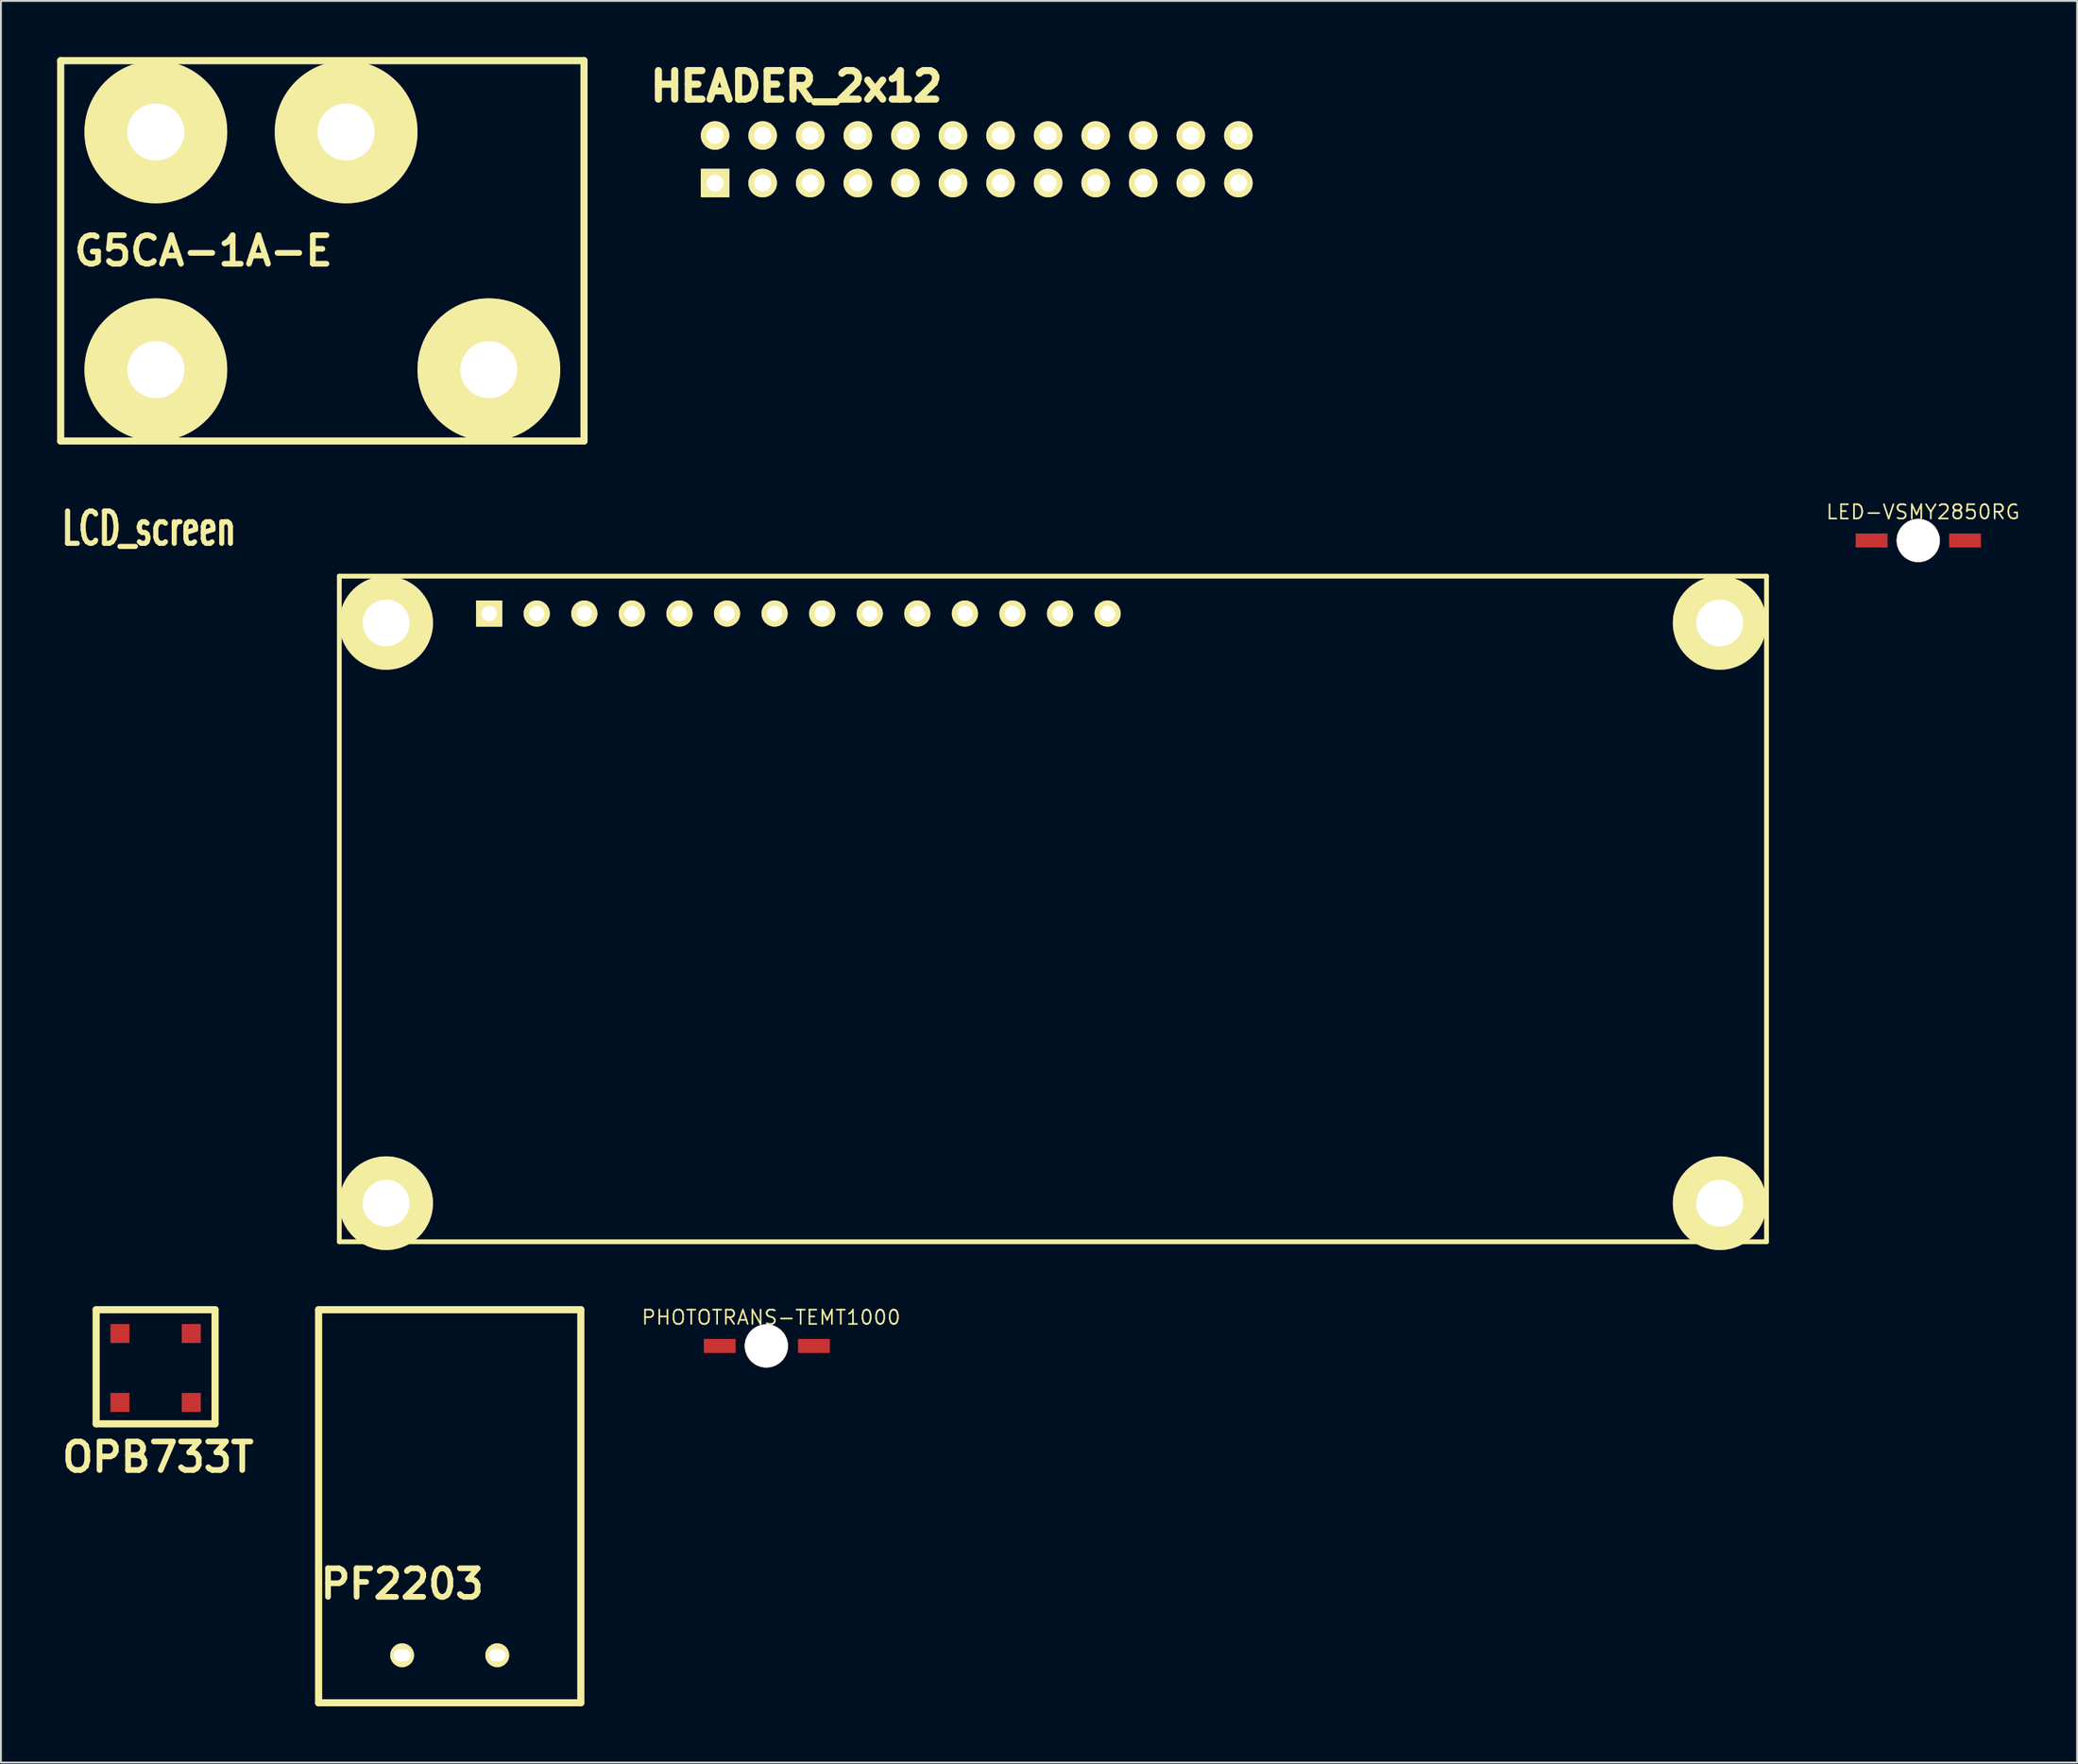
<source format=kicad_pcb>
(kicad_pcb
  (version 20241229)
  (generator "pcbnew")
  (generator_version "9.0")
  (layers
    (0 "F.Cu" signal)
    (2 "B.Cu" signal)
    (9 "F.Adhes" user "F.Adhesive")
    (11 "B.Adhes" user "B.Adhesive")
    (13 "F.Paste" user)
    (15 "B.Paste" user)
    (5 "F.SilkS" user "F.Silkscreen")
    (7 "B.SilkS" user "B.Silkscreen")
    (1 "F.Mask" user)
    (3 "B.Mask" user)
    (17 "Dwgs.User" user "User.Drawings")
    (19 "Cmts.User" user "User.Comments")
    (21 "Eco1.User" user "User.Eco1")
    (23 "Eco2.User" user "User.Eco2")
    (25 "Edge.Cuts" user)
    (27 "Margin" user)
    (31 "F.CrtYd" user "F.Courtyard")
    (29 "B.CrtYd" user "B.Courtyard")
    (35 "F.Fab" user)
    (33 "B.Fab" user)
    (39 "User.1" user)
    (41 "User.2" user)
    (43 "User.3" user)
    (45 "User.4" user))
  (footprint "HEADER_2x12"
    (layer "F.Cu")
    (at 49.069 5.36)
    (property "Reference" "HEADER_2x12" (at -9.6 -3.8 0) (layer "F.SilkS") (effects (font (size 1.524 1.524) (thickness 0.381))))
    (attr through_hole)
    (pad "1" thru_hole rect (at -13.94 1.37) (size 1.524 1.524) (drill 0.914) (layers "*.Cu" "*.Mask" "F.SilkS"))
    (pad "2" thru_hole circle (at -13.94 -1.17) (size 1.524 1.524) (drill 0.914) (layers "*.Cu" "*.Mask" "F.SilkS"))
    (pad "3" thru_hole circle (at -11.4 1.37) (size 1.524 1.524) (drill 0.914) (layers "*.Cu" "*.Mask" "F.SilkS"))
    (pad "4" thru_hole circle (at -11.4 -1.17) (size 1.524 1.524) (drill 0.914) (layers "*.Cu" "*.Mask" "F.SilkS"))
    (pad "5" thru_hole circle (at -8.86 1.37) (size 1.524 1.524) (drill 0.914) (layers "*.Cu" "*.Mask" "F.SilkS"))
    (pad "6" thru_hole circle (at -8.86 -1.17) (size 1.524 1.524) (drill 0.914) (layers "*.Cu" "*.Mask" "F.SilkS"))
    (pad "7" thru_hole circle (at -6.32 1.37) (size 1.524 1.524) (drill 0.914) (layers "*.Cu" "*.Mask" "F.SilkS"))
    (pad "8" thru_hole circle (at -6.32 -1.17) (size 1.524 1.524) (drill 0.914) (layers "*.Cu" "*.Mask" "F.SilkS"))
    (pad "9" thru_hole circle (at -3.78 1.37) (size 1.524 1.524) (drill 0.914) (layers "*.Cu" "*.Mask" "F.SilkS"))
    (pad "10" thru_hole circle (at -3.78 -1.17) (size 1.524 1.524) (drill 0.914) (layers "*.Cu" "*.Mask" "F.SilkS"))
    (pad "11" thru_hole circle (at -1.24 1.37) (size 1.524 1.524) (drill 0.914) (layers "*.Cu" "*.Mask" "F.SilkS"))
    (pad "12" thru_hole circle (at -1.24 -1.17) (size 1.524 1.524) (drill 0.914) (layers "*.Cu" "*.Mask" "F.SilkS"))
    (pad "13" thru_hole circle (at 1.3 1.37) (size 1.524 1.524) (drill 0.914) (layers "*.Cu" "*.Mask" "F.SilkS"))
    (pad "14" thru_hole circle (at 1.3 -1.17) (size 1.524 1.524) (drill 0.914) (layers "*.Cu" "*.Mask" "F.SilkS"))
    (pad "15" thru_hole circle (at 3.84 1.37) (size 1.524 1.524) (drill 0.914) (layers "*.Cu" "*.Mask" "F.SilkS"))
    (pad "16" thru_hole circle (at 3.84 -1.17) (size 1.524 1.524) (drill 0.914) (layers "*.Cu" "*.Mask" "F.SilkS"))
    (pad "17" thru_hole circle (at 6.38 1.37) (size 1.524 1.524) (drill 0.914) (layers "*.Cu" "*.Mask" "F.SilkS"))
    (pad "18" thru_hole circle (at 6.38 -1.17) (size 1.524 1.524) (drill 0.914) (layers "*.Cu" "*.Mask" "F.SilkS"))
    (pad "19" thru_hole circle (at 8.92 1.37) (size 1.524 1.524) (drill 0.914) (layers "*.Cu" "*.Mask" "F.SilkS"))
    (pad "20" thru_hole circle (at 8.92 -1.17) (size 1.524 1.524) (drill 0.914) (layers "*.Cu" "*.Mask" "F.SilkS"))
    (pad "21" thru_hole circle (at 11.46 1.37) (size 1.524 1.524) (drill 0.914) (layers "*.Cu" "*.Mask" "F.SilkS"))
    (pad "22" thru_hole circle (at 11.46 -1.17) (size 1.524 1.524) (drill 0.914) (layers "*.Cu" "*.Mask" "F.SilkS"))
    (pad "23" thru_hole circle (at 14 1.37) (size 1.524 1.524) (drill 0.914) (layers "*.Cu" "*.Mask" "F.SilkS"))
    (pad "24" thru_hole circle (at 14 -1.17) (size 1.524 1.524) (drill 0.914) (layers "*.Cu" "*.Mask" "F.SilkS")))
  (footprint "PF2203"
    (layer "F.Cu")
    (at 18.42 85.381)
    (property "Reference" "PF2203" (at 0 -3.81 0) (layer "F.SilkS") (effects (font (size 1.524 1.524) (thickness 0.305))))
    (attr through_hole)
    (fp_line (start -4.46 -18.46) (end 9.54 -18.46) (stroke (width 0.381) (type solid)) (layer "F.SilkS"))
    (fp_line (start -4.46 2.54) (end -4.46 -18.46) (stroke (width 0.381) (type solid)) (layer "F.SilkS"))
    (fp_line (start 9.54 -18.46) (end 9.54 2.54) (stroke (width 0.381) (type solid)) (layer "F.SilkS"))
    (fp_line (start 9.54 2.54) (end -4.46 2.54) (stroke (width 0.381) (type solid)) (layer "F.SilkS"))
    (pad "1" thru_hole circle (at 0 0) (size 1.27 1.27) (drill oval 0.889 0.635) (layers "*.Cu" "*.Mask" "F.SilkS"))
    (pad "2" thru_hole circle (at 5.08 0) (size 1.27 1.27) (drill oval 0.889 0.635) (layers "*.Cu" "*.Mask" "F.SilkS")))
  (footprint "LCD_screen"
    (layer "F.Cu")
    (at 15.066 27.73)
    (property "Reference" "LCD_screen" (at -10.16 -2.54 0) (layer "F.SilkS") (effects (font (size 1.73 1.087) (thickness 0.272))))
    (attr through_hole)
    (fp_line (start 0 0) (end 76.2 0) (stroke (width 0.254) (type solid)) (layer "F.SilkS"))
    (fp_line (start 0 35.56) (end 0 0) (stroke (width 0.254) (type solid)) (layer "F.SilkS"))
    (fp_line (start 76.2 0) (end 76.2 35.56) (stroke (width 0.254) (type solid)) (layer "F.SilkS"))
    (fp_line (start 76.2 35.56) (end 0 35.56) (stroke (width 0.254) (type solid)) (layer "F.SilkS"))
    (pad "" thru_hole circle (at 2.499 2.499) (size 5.001 5.001) (drill 2.499) (layers "*.Cu" "*.Mask" "F.SilkS"))
    (pad "" thru_hole circle (at 2.499 33.5) (size 5.001 5.001) (drill 2.499) (layers "*.Cu" "*.Mask" "F.SilkS"))
    (pad "" thru_hole circle (at 73.701 2.499) (size 5.001 5.001) (drill 2.499) (layers "*.Cu" "*.Mask" "F.SilkS"))
    (pad "" thru_hole circle (at 73.701 33.5) (size 5.001 5.001) (drill 2.499) (layers "*.Cu" "*.Mask" "F.SilkS"))
    (pad "1" thru_hole rect (at 8.001 1.999) (size 1.397 1.397) (drill 0.813) (layers "*.Cu" "*.Mask" "F.SilkS"))
    (pad "2" thru_hole circle (at 10.541 1.999) (size 1.397 1.397) (drill 0.813) (layers "*.Cu" "*.Mask" "F.SilkS"))
    (pad "3" thru_hole circle (at 13.081 1.999) (size 1.397 1.397) (drill 0.813) (layers "*.Cu" "*.Mask" "F.SilkS"))
    (pad "4" thru_hole circle (at 15.621 1.999) (size 1.397 1.397) (drill 0.813) (layers "*.Cu" "*.Mask" "F.SilkS"))
    (pad "5" thru_hole circle (at 18.161 1.999) (size 1.397 1.397) (drill 0.813) (layers "*.Cu" "*.Mask" "F.SilkS"))
    (pad "6" thru_hole circle (at 20.701 1.999) (size 1.397 1.397) (drill 0.813) (layers "*.Cu" "*.Mask" "F.SilkS"))
    (pad "7" thru_hole circle (at 23.241 1.999) (size 1.397 1.397) (drill 0.813) (layers "*.Cu" "*.Mask" "F.SilkS"))
    (pad "8" thru_hole circle (at 25.781 1.999) (size 1.397 1.397) (drill 0.813) (layers "*.Cu" "*.Mask" "F.SilkS"))
    (pad "9" thru_hole circle (at 28.321 1.999) (size 1.397 1.397) (drill 0.813) (layers "*.Cu" "*.Mask" "F.SilkS"))
    (pad "10" thru_hole circle (at 30.861 1.999) (size 1.397 1.397) (drill 0.813) (layers "*.Cu" "*.Mask" "F.SilkS"))
    (pad "11" thru_hole circle (at 33.401 1.999) (size 1.397 1.397) (drill 0.813) (layers "*.Cu" "*.Mask" "F.SilkS"))
    (pad "12" thru_hole circle (at 35.941 1.999) (size 1.397 1.397) (drill 0.813) (layers "*.Cu" "*.Mask" "F.SilkS"))
    (pad "13" thru_hole circle (at 38.481 1.999) (size 1.397 1.397) (drill 0.813) (layers "*.Cu" "*.Mask" "F.SilkS"))
    (pad "14" thru_hole circle (at 41.021 1.999) (size 1.397 1.397) (drill 0.813) (layers "*.Cu" "*.Mask" "F.SilkS")))
  (footprint "LED-VSMY2850RG"
    (layer "F.Cu")
    (at 99.367 25.827)
    (property "Reference" "LED-VSMY2850RG" (at 0.254 -1.524 0) (layer "F.SilkS") (effects (font (size 0.762 0.762) (thickness 0.089))))
    (attr smd)
    (pad "" thru_hole circle (at 0 0) (size 2.299 2.299) (drill 2.299) (layers "*.Cu" "*.Mask" "F.SilkS"))
    (pad "1" smd rect (at -2.489 0) (size 1.699 0.749) (layers "F.Cu" "F.Mask" "F.Paste"))
    (pad "2" smd rect (at 2.499 0) (size 1.699 0.749) (layers "F.Cu" "F.Mask" "F.Paste")))
  (footprint "PHOTOTRANS-TEMT1000"
    (layer "F.Cu")
    (at 37.866 68.856)
    (property "Reference" "PHOTOTRANS-TEMT1000" (at 0.254 -1.524 0) (layer "F.SilkS") (effects (font (size 0.762 0.762) (thickness 0.089))))
    (attr smd)
    (pad "" thru_hole circle (at 0 0) (size 2.299 2.299) (drill 2.299) (layers "*.Cu" "*.Mask" "F.SilkS"))
    (pad "1" smd rect (at -2.489 0) (size 1.699 0.749) (layers "F.Cu" "F.Mask" "F.Paste"))
    (pad "3" smd rect (at 2.54 0) (size 1.699 0.749) (layers "F.Cu" "F.Mask" "F.Paste")))
  (footprint "OPB733T"
    (layer "F.Cu")
    (at 3.353 73.779)
    (property "Reference" "OPB733T" (at 2.032 1.016 0) (layer "F.SilkS") (effects (font (size 1.524 1.524) (thickness 0.305))))
    (attr through_hole)
    (fp_line (start -1.27 -6.858) (end 5.08 -6.858) (stroke (width 0.381) (type solid)) (layer "F.SilkS"))
    (fp_line (start -1.27 -0.762) (end -1.27 -6.858) (stroke (width 0.381) (type solid)) (layer "F.SilkS"))
    (fp_line (start 5.08 -6.858) (end 5.08 -0.762) (stroke (width 0.381) (type solid)) (layer "F.SilkS"))
    (fp_line (start 5.08 -0.762) (end -1.27 -0.762) (stroke (width 0.381) (type solid)) (layer "F.SilkS"))
    (pad "1" smd rect (at 0 -1.905) (size 1.016 1.016) (layers "F.Cu" "F.Mask" "F.Paste"))
    (pad "2" smd rect (at 3.81 -1.905) (size 1.016 1.016) (layers "F.Cu" "F.Mask" "F.Paste"))
    (pad "3" smd rect (at 3.81 -5.588) (size 1.016 1.016) (layers "F.Cu" "F.Mask" "F.Paste"))
    (pad "4" smd rect (at 0 -5.588) (size 1.016 1.016) (layers "F.Cu" "F.Mask" "F.Paste")))
  (footprint "G5CA-1A-E"
    (layer "F.Cu")
    (at 5.271 10.351)
    (property "Reference" "G5CA-1A-E" (at 2.54 0 0) (layer "F.SilkS") (effects (font (size 1.524 1.524) (thickness 0.305))))
    (attr through_hole)
    (fp_line (start -5.08 -10.16) (end 22.86 -10.16) (stroke (width 0.381) (type solid)) (layer "F.SilkS"))
    (fp_line (start -5.08 10.16) (end -5.08 -10.16) (stroke (width 0.381) (type solid)) (layer "F.SilkS"))
    (fp_line (start 22.86 -10.16) (end 22.86 10.16) (stroke (width 0.381) (type solid)) (layer "F.SilkS"))
    (fp_line (start 22.86 10.16) (end -5.08 10.16) (stroke (width 0.381) (type solid)) (layer "F.SilkS"))
    (pad "1" thru_hole circle (at 0 6.35) (size 7.62 7.62) (drill 3.048) (layers "*.Cu" "*.Mask" "F.SilkS"))
    (pad "2" thru_hole circle (at 17.78 6.35) (size 7.62 7.62) (drill 3.048) (layers "*.Cu" "*.Mask" "F.SilkS"))
    (pad "3" thru_hole circle (at 0 -6.35) (size 7.62 7.62) (drill 3.048) (layers "*.Cu" "*.Mask" "F.SilkS"))
    (pad "4" thru_hole circle (at 10.16 -6.35) (size 7.62 7.62) (drill 3.048) (layers "*.Cu" "*.Mask" "F.SilkS")))
  (gr_rect
    (start -3 -3)
    (end 107.849 91.112)
    (stroke (width 0.1) (type default))
    (fill no)
    (layer "Edge.Cuts")))
</source>
